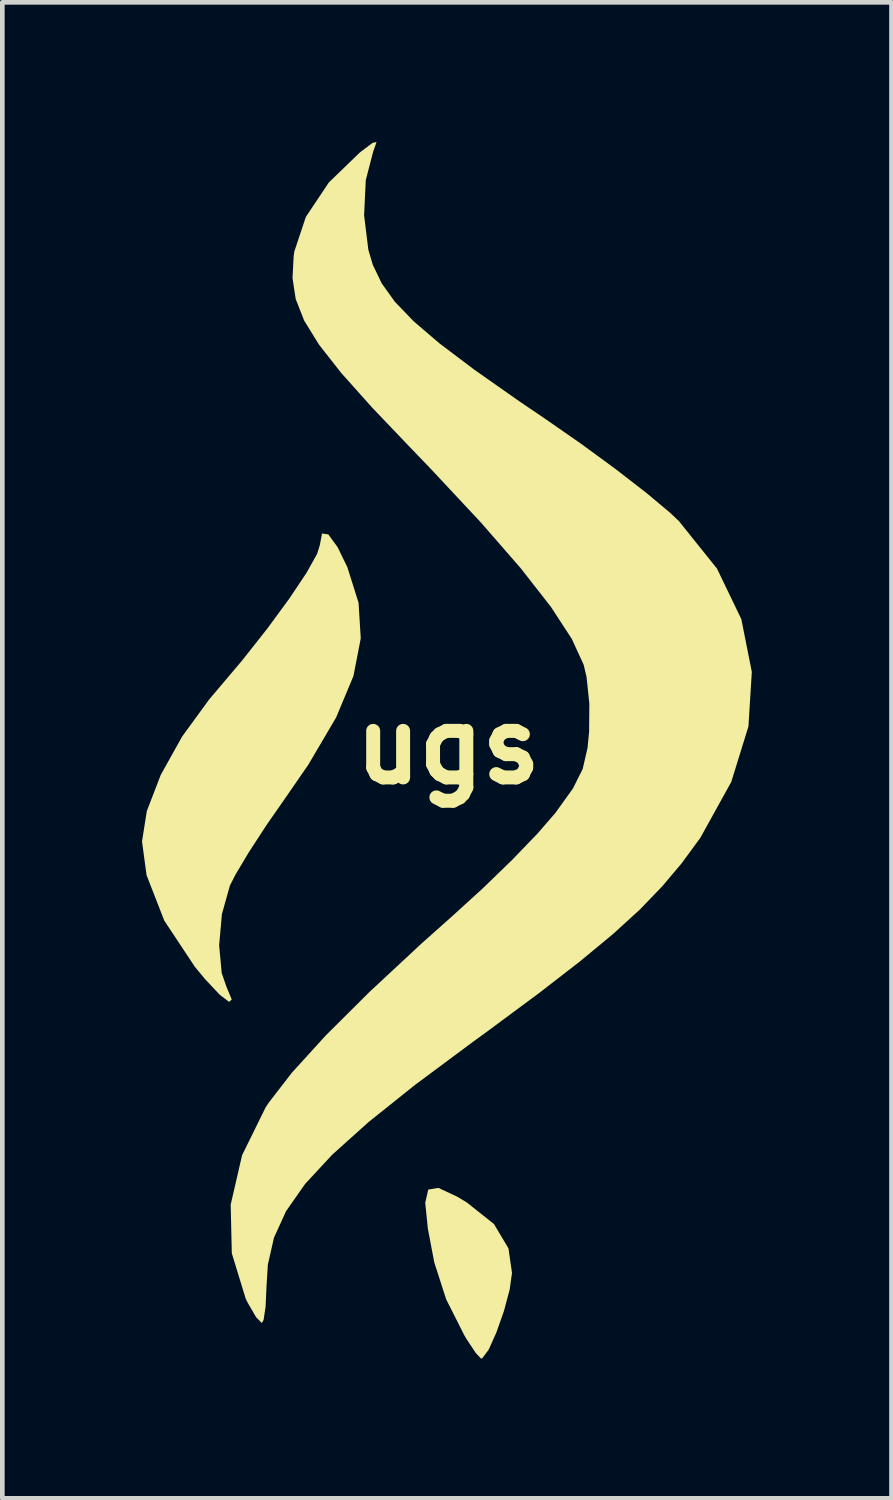
<source format=kicad_pcb>
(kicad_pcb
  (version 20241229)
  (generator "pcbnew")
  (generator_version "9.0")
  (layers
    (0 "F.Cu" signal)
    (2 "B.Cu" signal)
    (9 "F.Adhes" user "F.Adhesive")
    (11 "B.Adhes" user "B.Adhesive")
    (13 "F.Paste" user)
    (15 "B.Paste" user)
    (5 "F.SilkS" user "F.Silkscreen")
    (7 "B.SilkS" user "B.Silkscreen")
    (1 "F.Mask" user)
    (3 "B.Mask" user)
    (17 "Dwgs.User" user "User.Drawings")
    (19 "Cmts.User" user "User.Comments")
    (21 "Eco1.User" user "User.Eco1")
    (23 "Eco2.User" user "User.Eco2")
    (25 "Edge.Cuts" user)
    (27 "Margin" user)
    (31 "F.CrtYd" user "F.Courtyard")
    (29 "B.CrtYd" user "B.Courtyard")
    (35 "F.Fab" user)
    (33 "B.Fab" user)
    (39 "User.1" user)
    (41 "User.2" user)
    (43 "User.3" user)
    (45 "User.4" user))
  (footprint "ugs"
    (layer "F.Cu")
    (at 6.571 12.967)
    (property "Reference" "ugs" (at 0 0 0) (layer "F.SilkS") (effects (font (size 1.5 1.5) (thickness 0.3))))
    (attr board_only exclude_from_pos_files exclude_from_bom)
    (fp_poly (pts (xy 0.2 9.683) (xy 0.403 9.805) (xy 0.987 10.269) (xy 1.298 10.792) (xy 1.374 11.319) (xy 1.324 11.677) (xy 1.202 12.134) (xy 1.04 12.594) (xy 0.874 12.965) (xy 0.735 13.152) (xy 0.711 13.159) (xy 0.598 13.041) (xy 0.403 12.747) (xy 0.352 12.662) (xy -0.04 11.885) (xy -0.295 11.093) (xy -0.433 10.367) (xy -0.489 9.812) (xy -0.425 9.529) (xy -0.207 9.493)) (stroke (width 0) (type solid)) (fill yes) (layer "F.SilkS"))
    (fp_poly (pts (xy -2.571 -4.541) (xy -2.371 -4.267) (xy -2.161 -3.835) (xy -1.921 -3.072) (xy -1.874 -2.307) (xy -2.031 -1.499) (xy -2.403 -0.609) (xy -3 0.405) (xy -3.465 1.079) (xy -3.897 1.7) (xy -4.28 2.289) (xy -4.565 2.766) (xy -4.684 3.001) (xy -4.855 3.611) (xy -4.915 4.28) (xy -4.86 4.879) (xy -4.757 5.177) (xy -4.644 5.447) (xy -4.701 5.498) (xy -4.9 5.347) (xy -5.217 5.01) (xy -5.435 4.747) (xy -6.093 3.754) (xy -6.474 2.776) (xy -6.571 2.052) (xy -6.468 1.4) (xy -6.169 0.624) (xy -5.71 -0.2) (xy -5.128 -0.998) (xy -5.001 -1.148) (xy -4.421 -1.834) (xy -3.877 -2.523) (xy -3.405 -3.167) (xy -3.038 -3.717) (xy -2.811 -4.123) (xy -2.754 -4.306) (xy -2.705 -4.56)) (stroke (width 0) (type solid)) (fill yes) (layer "F.SilkS"))
    (fp_poly (pts (xy -1.592 -12.801) (xy -1.604 -12.773) (xy -1.766 -12.148) (xy -1.802 -11.392) (xy -1.711 -10.653) (xy -1.614 -10.327) (xy -1.425 -9.934) (xy -1.144 -9.54) (xy -0.739 -9.118) (xy -0.18 -8.64) (xy 0.566 -8.077) (xy 1.53 -7.4) (xy 2.066 -7.037) (xy 2.849 -6.493) (xy 3.604 -5.94) (xy 4.266 -5.427) (xy 4.771 -5.004) (xy 4.959 -4.826) (xy 5.777 -3.805) (xy 6.299 -2.721) (xy 6.524 -1.588) (xy 6.452 -0.418) (xy 6.083 0.774) (xy 5.417 1.977) (xy 5.015 2.525) (xy 4.595 3.022) (xy 4.117 3.518) (xy 3.541 4.043) (xy 2.832 4.63) (xy 1.952 5.311) (xy 0.862 6.119) (xy 0.536 6.356) (xy -0.707 7.28) (xy -1.706 8.079) (xy -2.486 8.779) (xy -3.07 9.409) (xy -3.479 9.994) (xy -3.738 10.563) (xy -3.869 11.142) (xy -3.897 11.59) (xy -3.917 12.039) (xy -3.961 12.331) (xy -3.999 12.394) (xy -4.121 12.27) (xy -4.3 11.962) (xy -4.345 11.871) (xy -4.643 10.897) (xy -4.667 9.852) (xy -4.422 8.79) (xy -3.916 7.762) (xy -3.851 7.664) (xy -3.353 7.019) (xy -2.626 6.22) (xy -1.69 5.288) (xy -0.568 4.244) (xy 0.101 3.648) (xy 0.752 3.055) (xy 1.384 2.442) (xy 1.925 1.88) (xy 2.304 1.442) (xy 2.311 1.433) (xy 2.681 0.918) (xy 2.892 0.497) (xy 2.996 0.045) (xy 3.03 -0.304) (xy 3.035 -0.907) (xy 2.975 -1.48) (xy 2.913 -1.742) (xy 2.659 -2.295) (xy 2.213 -2.98) (xy 1.564 -3.811) (xy 0.703 -4.8) (xy -0.384 -5.963) (xy -0.768 -6.362) (xy -1.633 -7.268) (xy -2.292 -8.006) (xy -2.77 -8.615) (xy -3.089 -9.132) (xy -3.271 -9.596) (xy -3.339 -10.044) (xy -3.315 -10.514) (xy -3.3 -10.617) (xy -3.053 -11.359) (xy -2.559 -12.099) (xy -1.893 -12.743) (xy -1.62 -12.949) (xy -1.535 -12.967)) (stroke (width 0) (type solid)) (fill yes) (layer "F.SilkS")))
  (gr_rect
    (start -3 -3)
    (end 16.095 29.126)
    (stroke (width 0.1) (type default))
    (fill no)
    (layer "Edge.Cuts")))
</source>
